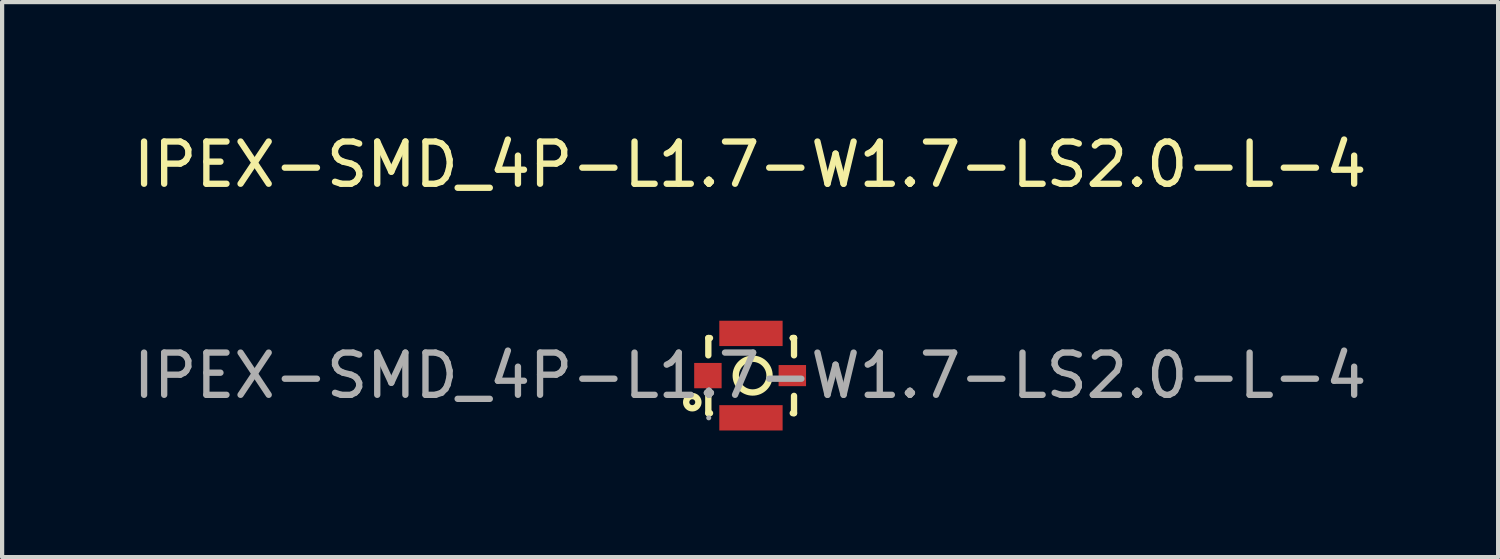
<source format=kicad_pcb>
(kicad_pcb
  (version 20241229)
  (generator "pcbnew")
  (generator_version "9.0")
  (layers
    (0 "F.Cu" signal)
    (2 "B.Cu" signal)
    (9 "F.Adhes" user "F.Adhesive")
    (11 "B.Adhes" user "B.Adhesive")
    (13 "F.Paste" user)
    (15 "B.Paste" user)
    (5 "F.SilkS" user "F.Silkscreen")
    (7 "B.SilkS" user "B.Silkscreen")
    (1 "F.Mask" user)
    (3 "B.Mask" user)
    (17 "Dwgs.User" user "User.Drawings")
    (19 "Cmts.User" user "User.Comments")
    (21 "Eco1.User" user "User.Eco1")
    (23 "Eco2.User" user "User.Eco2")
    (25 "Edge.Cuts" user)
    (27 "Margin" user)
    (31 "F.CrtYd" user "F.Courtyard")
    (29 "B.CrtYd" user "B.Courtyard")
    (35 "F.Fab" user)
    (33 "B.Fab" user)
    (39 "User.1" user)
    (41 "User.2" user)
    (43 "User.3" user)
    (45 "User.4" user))
  (footprint "IPEX-SMD_4P-L1.7-W1.7-LS2.0-L-4"
    (layer "F.Cu")
    (at 14.72 5.848)
    (property "Reference" "IPEX-SMD_4P-L1.7-W1.7-LS2.0-L-4" (at 0 -5 0) (layer "F.SilkS") (effects (font (size 1 1) (thickness 0.15))))
    (attr smd)
    (fp_line (start -0.99 -0.89) (end -0.95 -0.89) (stroke (width 0.15) (type solid)) (layer "F.SilkS"))
    (fp_line (start -0.99 -0.48) (end -0.99 -0.89) (stroke (width 0.15) (type solid)) (layer "F.SilkS"))
    (fp_line (start -0.99 0.89) (end -0.99 0.48) (stroke (width 0.15) (type solid)) (layer "F.SilkS"))
    (fp_line (start -0.95 0.89) (end -0.99 0.89) (stroke (width 0.15) (type solid)) (layer "F.SilkS"))
    (fp_line (start 1.01 -0.89) (end 1.04 -0.89) (stroke (width 0.15) (type solid)) (layer "F.SilkS"))
    (fp_line (start 1.01 -0.89) (end 1.04 -0.89) (stroke (width 0.15) (type solid)) (layer "F.SilkS"))
    (fp_line (start 1.04 -0.89) (end 1.04 -0.48) (stroke (width 0.15) (type solid)) (layer "F.SilkS"))
    (fp_line (start 1.04 0.48) (end 1.04 0.89) (stroke (width 0.15) (type solid)) (layer "F.SilkS"))
    (fp_line (start 1.04 0.89) (end 1.01 0.89) (stroke (width 0.15) (type solid)) (layer "F.SilkS"))
    (fp_circle (center -1.37 0.63) (end -1.3 0.63) (stroke (width 0.15) (type solid)) (fill no) (layer "F.SilkS"))
    (fp_circle (center 0.06 0) (end 0.46 0) (stroke (width 0.15) (type solid)) (fill no) (layer "F.SilkS"))
    (fp_circle (center -0.98 1) (end -0.95 1) (stroke (width 0.06) (type solid)) (fill no) (layer "F.Fab"))
    (fp_text user "${REFERENCE}" (at 0 0 0) (layer "F.Fab") (effects (font (size 1 1) (thickness 0.15))))
    (pad "1" smd rect (at -1 0) (size 0.65 0.6) (layers "F.Cu" "F.Mask" "F.Paste"))
    (pad "2" smd rect (at 0.02 1) (size 1.5 0.6) (layers "F.Cu" "F.Mask" "F.Paste"))
    (pad "3" smd rect (at 1 0) (size 0.65 0.5) (layers "F.Cu" "F.Mask" "F.Paste"))
    (pad "4" smd rect (at 0.02 -1) (size 1.5 0.6) (layers "F.Cu" "F.Mask" "F.Paste")))
  (gr_rect
    (start -3 -3)
    (end 32.44 10.148)
    (stroke (width 0.1) (type default))
    (fill no)
    (layer "Edge.Cuts")))
</source>
